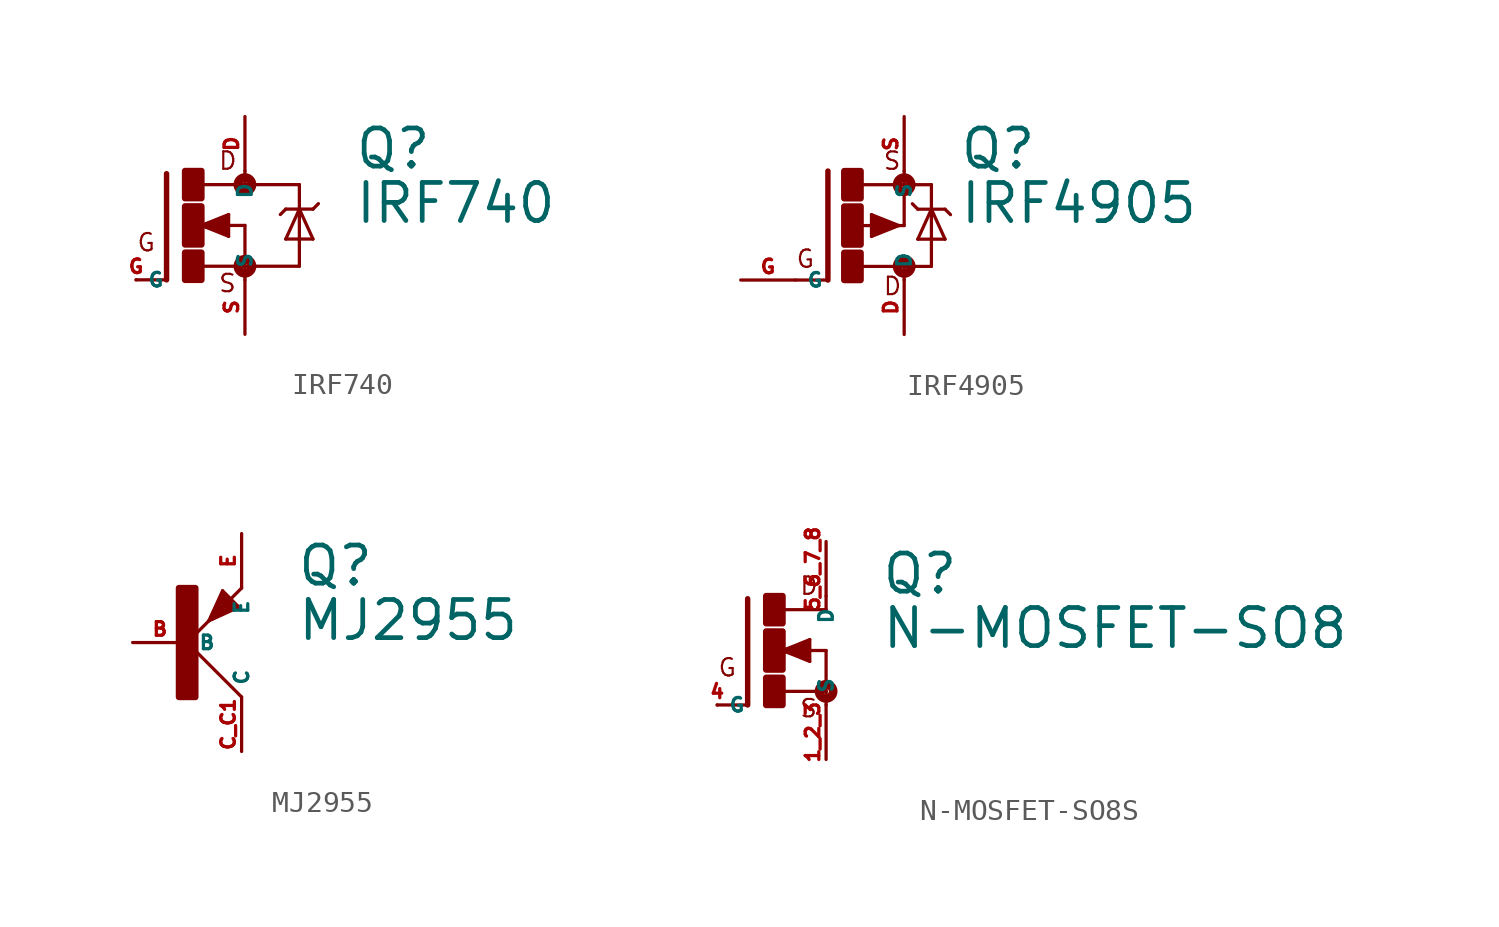
<source format=kicad_sym>
(kicad_symbol_lib
  (version 20220914)
  (generator Eagle2Kicad)
  (symbol "IRF740"
    (property "Reference" "Q"
      (at 7.62 2.54 0)
      (effects (font (size 1.778 1.778) (thickness 0.22)) (justify left bottom)))
    (property "Value" "IRF740"
      (at 7.62 0 0)
      (effects (font (size 1.778 1.778) (thickness 0.22)) (justify left bottom)))
    (polyline
      (pts (xy -1.118 2.413) (xy -1.118 -2.54))
      (stroke (width 0.254) (type default))
      (fill (type none)))
    (polyline
      (pts (xy -1.118 -2.54) (xy -2.54 -2.54))
      (stroke (width 0.152) (type default))
      (fill (type none)))
    (polyline
      (pts (xy 2.54 1.905) (xy 0.533 1.905))
      (stroke (width 0.152) (type default))
      (fill (type none)))
    (polyline
      (pts (xy 2.54 0) (xy 2.54 -1.905))
      (stroke (width 0.152) (type default))
      (fill (type none)))
    (polyline
      (pts (xy 0.508 -1.905) (xy 2.54 -1.905))
      (stroke (width 0.152) (type default))
      (fill (type none)))
    (polyline
      (pts (xy 2.54 2.54) (xy 2.54 1.905))
      (stroke (width 0.152) (type default))
      (fill (type none)))
    (polyline
      (pts (xy 2.54 1.905) (xy 5.08 1.905))
      (stroke (width 0.152) (type default))
      (fill (type none)))
    (polyline
      (pts (xy 5.08 1.905) (xy 5.08 0.762))
      (stroke (width 0.152) (type default))
      (fill (type none)))
    (polyline
      (pts (xy 5.08 0.762) (xy 5.08 -1.905))
      (stroke (width 0.152) (type default))
      (fill (type none)))
    (polyline
      (pts (xy 5.08 -1.905) (xy 2.54 -1.905))
      (stroke (width 0.152) (type default))
      (fill (type none)))
    (polyline
      (pts (xy 2.54 -1.905) (xy 2.54 -2.54))
      (stroke (width 0.152) (type default))
      (fill (type none)))
    (polyline
      (pts (xy 5.08 0.762) (xy 4.445 -0.635))
      (stroke (width 0.152) (type default))
      (fill (type none)))
    (polyline
      (pts (xy 4.445 -0.635) (xy 5.715 -0.635))
      (stroke (width 0.152) (type default))
      (fill (type none)))
    (polyline
      (pts (xy 5.715 -0.635) (xy 5.08 0.762))
      (stroke (width 0.152) (type default))
      (fill (type none)))
    (polyline
      (pts (xy 4.445 0.762) (xy 5.08 0.762))
      (stroke (width 0.152) (type default))
      (fill (type none)))
    (polyline
      (pts (xy 5.08 0.762) (xy 5.715 0.762))
      (stroke (width 0.152) (type default))
      (fill (type none)))
    (polyline
      (pts (xy 5.715 0.762) (xy 5.969 1.016))
      (stroke (width 0.152) (type default))
      (fill (type none)))
    (polyline
      (pts (xy 4.445 0.762) (xy 4.191 0.508))
      (stroke (width 0.152) (type default))
      (fill (type none)))
    (polyline
      (pts (xy 0.508 0) (xy 1.778 -0.508))
      (stroke (width 0.152) (type default))
      (fill (type none)))
    (polyline
      (pts (xy 1.778 -0.508) (xy 1.778 0.508))
      (stroke (width 0.152) (type default))
      (fill (type none)))
    (polyline
      (pts (xy 1.778 0.508) (xy 0.508 0))
      (stroke (width 0.152) (type default))
      (fill (type none)))
    (polyline
      (pts (xy 1.651 0) (xy 2.54 0))
      (stroke (width 0.152) (type default))
      (fill (type none)))
    (polyline
      (pts (xy 1.651 0.254) (xy 0.762 0))
      (stroke (width 0.305) (type default))
      (fill (type none)))
    (polyline
      (pts (xy 0.762 0) (xy 1.651 -0.254))
      (stroke (width 0.305) (type default))
      (fill (type none)))
    (polyline
      (pts (xy 1.651 -0.254) (xy 1.651 0))
      (stroke (width 0.305) (type default))
      (fill (type none)))
    (polyline
      (pts (xy 1.651 0) (xy 1.397 0))
      (stroke (width 0.305) (type default))
      (fill (type none)))
    (text "D"
      (at 1.27 2.54 0)
      (effects (font (size 0.813 0.813) (thickness 0.10)) (justify left bottom)))
    (text "S"
      (at 1.27 -3.175 0)
      (effects (font (size 0.813 0.813) (thickness 0.10)) (justify left bottom)))
    (text "G"
      (at -2.54 -1.27 0)
      (effects (font (size 0.813 0.813) (thickness 0.10)) (justify left bottom)))
    (circle
      (center 2.54 -1.905)
      (radius 0.127)
      (stroke (width 0.406) (type default))
      (fill (type none)))
    (circle
      (center 2.54 1.905)
      (radius 0.127)
      (stroke (width 0.406) (type default))
      (fill (type none)))
    (rectangle
      (start -0.254 -2.54)
      (end 0.508 -1.27)
      (stroke (width 0.3) (type default))
      (fill (type outline)))
    (rectangle
      (start -0.254 1.27)
      (end 0.508 2.54)
      (stroke (width 0.3) (type default))
      (fill (type outline)))
    (rectangle
      (start -0.254 -0.889)
      (end 0.508 0.889)
      (stroke (width 0.3) (type default))
      (fill (type outline)))
    (pin passive line
      (at -2.54 -2.54 0)
      (length 0)
      (name "G" (effects (font (size 0.635 0.635) (thickness 0.08)) (justify left bottom)))
      (number "G" (effects (font (size 0.635 0.635) (thickness 0.08)) (justify left bottom))))
    (pin passive line
      (at 2.54 5.08 270)
      (length 2.54)
      (name "D" (effects (font (size 0.635 0.635) (thickness 0.08)) (justify left bottom)))
      (number "D" (effects (font (size 0.635 0.635) (thickness 0.08)) (justify left bottom))))
    (pin passive line
      (at 2.54 -5.08 90)
      (length 2.54)
      (name "S" (effects (font (size 0.635 0.635) (thickness 0.08)) (justify left bottom)))
      (number "S" (effects (font (size 0.635 0.635) (thickness 0.08)) (justify left bottom)))))
  (symbol "IRF4905"
    (property "Reference" "Q"
      (at 5.08 2.54 0)
      (effects (font (size 1.778 1.778) (thickness 0.22)) (justify left bottom)))
    (property "Value" "IRF4905"
      (at 5.08 0 0)
      (effects (font (size 1.778 1.778) (thickness 0.22)) (justify left bottom)))
    (polyline
      (pts (xy 3.81 1.905) (xy 2.54 1.905))
      (stroke (width 0.152) (type default))
      (fill (type none)))
    (polyline
      (pts (xy 3.81 1.905) (xy 3.81 0.762))
      (stroke (width 0.152) (type default))
      (fill (type none)))
    (polyline
      (pts (xy 3.81 0.762) (xy 3.81 -1.905))
      (stroke (width 0.152) (type default))
      (fill (type none)))
    (polyline
      (pts (xy 3.81 0.762) (xy 4.445 -0.635))
      (stroke (width 0.152) (type default))
      (fill (type none)))
    (polyline
      (pts (xy 4.445 -0.635) (xy 3.175 -0.635))
      (stroke (width 0.152) (type default))
      (fill (type none)))
    (polyline
      (pts (xy 3.175 -0.635) (xy 3.81 0.762))
      (stroke (width 0.152) (type default))
      (fill (type none)))
    (polyline
      (pts (xy 4.445 0.762) (xy 3.81 0.762))
      (stroke (width 0.152) (type default))
      (fill (type none)))
    (polyline
      (pts (xy 3.81 0.762) (xy 3.175 0.762))
      (stroke (width 0.152) (type default))
      (fill (type none)))
    (polyline
      (pts (xy 3.175 0.762) (xy 2.921 1.016))
      (stroke (width 0.152) (type default))
      (fill (type none)))
    (polyline
      (pts (xy 4.445 0.762) (xy 4.699 0.508))
      (stroke (width 0.152) (type default))
      (fill (type none)))
    (polyline
      (pts (xy -1.016 -2.54) (xy -1.016 2.54))
      (stroke (width 0.254) (type default))
      (fill (type none)))
    (polyline
      (pts (xy 3.81 -1.905) (xy 2.54 -1.905))
      (stroke (width 0.152) (type default))
      (fill (type none)))
    (polyline
      (pts (xy 2.54 -1.905) (xy 0.533 -1.905))
      (stroke (width 0.152) (type default))
      (fill (type none)))
    (polyline
      (pts (xy 2.54 -2.54) (xy 2.54 -1.905))
      (stroke (width 0.152) (type default))
      (fill (type none)))
    (polyline
      (pts (xy 2.235 0) (xy 2.286 0))
      (stroke (width 0.152) (type default))
      (fill (type none)))
    (polyline
      (pts (xy 2.286 0) (xy 2.54 0))
      (stroke (width 0.152) (type default))
      (fill (type none)))
    (polyline
      (pts (xy 2.54 2.54) (xy 2.54 1.905))
      (stroke (width 0.152) (type default))
      (fill (type none)))
    (polyline
      (pts (xy 2.54 1.905) (xy 0.508 1.905))
      (stroke (width 0.152) (type default))
      (fill (type none)))
    (polyline
      (pts (xy -1.016 -2.54) (xy -2.54 -2.54))
      (stroke (width 0.152) (type default))
      (fill (type none)))
    (polyline
      (pts (xy 2.286 0) (xy 1.016 -0.508))
      (stroke (width 0.152) (type default))
      (fill (type none)))
    (polyline
      (pts (xy 1.016 -0.508) (xy 1.016 0.508))
      (stroke (width 0.152) (type default))
      (fill (type none)))
    (polyline
      (pts (xy 1.016 0.508) (xy 2.286 0))
      (stroke (width 0.152) (type default))
      (fill (type none)))
    (polyline
      (pts (xy 1.143 0) (xy 0.254 0))
      (stroke (width 0.152) (type default))
      (fill (type none)))
    (polyline
      (pts (xy 1.143 0.254) (xy 2.032 0))
      (stroke (width 0.305) (type default))
      (fill (type none)))
    (polyline
      (pts (xy 2.032 0) (xy 1.143 -0.254))
      (stroke (width 0.305) (type default))
      (fill (type none)))
    (polyline
      (pts (xy 1.143 -0.254) (xy 1.143 0))
      (stroke (width 0.305) (type default))
      (fill (type none)))
    (polyline
      (pts (xy 1.143 0) (xy 1.397 0))
      (stroke (width 0.305) (type default))
      (fill (type none)))
    (polyline
      (pts (xy 2.54 0) (xy 2.54 1.905))
      (stroke (width 0.152) (type default))
      (fill (type none)))
    (text "D"
      (at 1.524 -3.302 0)
      (effects (font (size 0.813 0.813) (thickness 0.10)) (justify left bottom)))
    (text "S"
      (at 1.524 2.54 0)
      (effects (font (size 0.813 0.813) (thickness 0.10)) (justify left bottom)))
    (text "G"
      (at -2.54 -2.032 0)
      (effects (font (size 0.813 0.813) (thickness 0.10)) (justify left bottom)))
    (circle
      (center 2.54 -1.905)
      (radius 0.127)
      (stroke (width 0.406) (type default))
      (fill (type none)))
    (circle
      (center 2.54 1.905)
      (radius 0.127)
      (stroke (width 0.406) (type default))
      (fill (type none)))
    (rectangle
      (start -0.254 1.27)
      (end 0.508 2.54)
      (stroke (width 0.3) (type default))
      (fill (type outline)))
    (rectangle
      (start -0.254 -2.54)
      (end 0.508 -1.27)
      (stroke (width 0.3) (type default))
      (fill (type outline)))
    (rectangle
      (start -0.254 -0.889)
      (end 0.508 0.889)
      (stroke (width 0.3) (type default))
      (fill (type outline)))
    (pin passive line
      (at -5.08 -2.54 0)
      (length 2.54)
      (name "G" (effects (font (size 0.635 0.635) (thickness 0.08)) (justify left bottom)))
      (number "G" (effects (font (size 0.635 0.635) (thickness 0.08)) (justify left bottom))))
    (pin passive line
      (at 2.54 -5.08 90)
      (length 2.54)
      (name "D" (effects (font (size 0.635 0.635) (thickness 0.08)) (justify left bottom)))
      (number "D" (effects (font (size 0.635 0.635) (thickness 0.08)) (justify left bottom))))
    (pin passive line
      (at 2.54 5.08 270)
      (length 2.54)
      (name "S" (effects (font (size 0.635 0.635) (thickness 0.08)) (justify left bottom)))
      (number "S" (effects (font (size 0.635 0.635) (thickness 0.08)) (justify left bottom)))))
  (symbol "MJ2955"
    (property "Reference" "Q"
      (at 5.08 2.54 0)
      (effects (font (size 1.778 1.778) (thickness 0.22)) (justify left bottom)))
    (property "Value" "MJ2955"
      (at 5.08 0 0)
      (effects (font (size 1.778 1.778) (thickness 0.22)) (justify left bottom)))
    (polyline
      (pts (xy 2.54 -2.54) (xy 0 0))
      (stroke (width 0.152) (type default))
      (fill (type none)))
    (polyline
      (pts (xy 0 0) (xy 1.016 1.016))
      (stroke (width 0.152) (type default))
      (fill (type none)))
    (polyline
      (pts (xy 2.413 1.651) (xy 1.016 1.016))
      (stroke (width 0.152) (type default))
      (fill (type none)))
    (polyline
      (pts (xy 1.016 1.016) (xy 1.143 1.143))
      (stroke (width 0.152) (type default))
      (fill (type none)))
    (polyline
      (pts (xy 1.905 1.905) (xy 2.54 2.54))
      (stroke (width 0.152) (type default))
      (fill (type none)))
    (polyline
      (pts (xy 1.016 1.016) (xy 1.651 2.413))
      (stroke (width 0.152) (type default))
      (fill (type none)))
    (polyline
      (pts (xy 1.651 2.413) (xy 2.413 1.651))
      (stroke (width 0.152) (type default))
      (fill (type none)))
    (polyline
      (pts (xy 1.143 1.143) (xy 2.159 1.651))
      (stroke (width 0.254) (type default))
      (fill (type none)))
    (polyline
      (pts (xy 2.159 1.651) (xy 1.905 1.905))
      (stroke (width 0.254) (type default))
      (fill (type none)))
    (polyline
      (pts (xy 1.905 1.905) (xy 1.651 2.159))
      (stroke (width 0.254) (type default))
      (fill (type none)))
    (polyline
      (pts (xy 1.651 2.159) (xy 1.143 1.143))
      (stroke (width 0.254) (type default))
      (fill (type none)))
    (polyline
      (pts (xy 1.143 1.143) (xy 1.905 1.905))
      (stroke (width 0.254) (type default))
      (fill (type none)))
    (polyline
      (pts (xy 1.651 1.905) (xy 1.905 1.651))
      (stroke (width 0.254) (type default))
      (fill (type none)))
    (rectangle
      (start -0.381 -2.54)
      (end 0.381 2.54)
      (stroke (width 0.3) (type default))
      (fill (type outline)))
    (pin passive line
      (at -2.54 0 0)
      (length 2.54)
      (name "B" (effects (font (size 0.635 0.635) (thickness 0.08)) (justify left bottom)))
      (number "B" (effects (font (size 0.635 0.635) (thickness 0.08)) (justify left bottom))))
    (pin passive line
      (at 2.54 5.08 270)
      (length 2.54)
      (name "E" (effects (font (size 0.635 0.635) (thickness 0.08)) (justify left bottom)))
      (number "E" (effects (font (size 0.635 0.635) (thickness 0.08)) (justify left bottom))))
    (pin passive line
      (at 2.54 -5.08 90)
      (length 2.54)
      (name "C" (effects (font (size 0.635 0.635) (thickness 0.08)) (justify left bottom)))
      (number "C C1" (effects (font (size 0.635 0.635) (thickness 0.08)) (justify left bottom)))))
  (symbol "N-MOSFET-SO8S"
    (property "Reference" "Q"
      (at 5.08 2.54 0)
      (effects (font (size 1.778 1.778) (thickness 0.22)) (justify left bottom)))
    (property "Value" "N-MOSFET-SO8"
      (at 5.08 0 0)
      (effects (font (size 1.778 1.778) (thickness 0.22)) (justify left bottom)))
    (polyline
      (pts (xy -1.118 2.413) (xy -1.118 -2.54))
      (stroke (width 0.254) (type default))
      (fill (type none)))
    (polyline
      (pts (xy -1.118 -2.54) (xy -2.54 -2.54))
      (stroke (width 0.152) (type default))
      (fill (type none)))
    (polyline
      (pts (xy 2.54 1.905) (xy 0.533 1.905))
      (stroke (width 0.152) (type default))
      (fill (type none)))
    (polyline
      (pts (xy 2.54 2.54) (xy 2.54 1.905))
      (stroke (width 0.152) (type default))
      (fill (type none)))
    (polyline
      (pts (xy 2.54 0) (xy 2.54 -1.905))
      (stroke (width 0.152) (type default))
      (fill (type none)))
    (polyline
      (pts (xy 0.508 -1.905) (xy 2.54 -1.905))
      (stroke (width 0.152) (type default))
      (fill (type none)))
    (polyline
      (pts (xy 2.54 -1.905) (xy 2.54 -2.54))
      (stroke (width 0.152) (type default))
      (fill (type none)))
    (polyline
      (pts (xy 0.508 0) (xy 1.778 -0.508))
      (stroke (width 0.152) (type default))
      (fill (type none)))
    (polyline
      (pts (xy 1.778 -0.508) (xy 1.778 0.508))
      (stroke (width 0.152) (type default))
      (fill (type none)))
    (polyline
      (pts (xy 1.778 0.508) (xy 0.508 0))
      (stroke (width 0.152) (type default))
      (fill (type none)))
    (polyline
      (pts (xy 1.651 0) (xy 2.54 0))
      (stroke (width 0.152) (type default))
      (fill (type none)))
    (polyline
      (pts (xy 1.651 0.254) (xy 0.762 0))
      (stroke (width 0.305) (type default))
      (fill (type none)))
    (polyline
      (pts (xy 0.762 0) (xy 1.651 -0.254))
      (stroke (width 0.305) (type default))
      (fill (type none)))
    (polyline
      (pts (xy 1.651 -0.254) (xy 1.651 0))
      (stroke (width 0.305) (type default))
      (fill (type none)))
    (polyline
      (pts (xy 1.651 0) (xy 1.397 0))
      (stroke (width 0.305) (type default))
      (fill (type none)))
    (text "D"
      (at 1.27 2.54 0)
      (effects (font (size 0.813 0.813) (thickness 0.10)) (justify left bottom)))
    (text "S"
      (at 1.27 -3.175 0)
      (effects (font (size 0.813 0.813) (thickness 0.10)) (justify left bottom)))
    (text "G"
      (at -2.54 -1.27 0)
      (effects (font (size 0.813 0.813) (thickness 0.10)) (justify left bottom)))
    (circle
      (center 2.54 -1.905)
      (radius 0.127)
      (stroke (width 0.406) (type default))
      (fill (type none)))
    (rectangle
      (start -0.254 -2.54)
      (end 0.508 -1.27)
      (stroke (width 0.3) (type default))
      (fill (type outline)))
    (rectangle
      (start -0.254 1.27)
      (end 0.508 2.54)
      (stroke (width 0.3) (type default))
      (fill (type outline)))
    (rectangle
      (start -0.254 -0.889)
      (end 0.508 0.889)
      (stroke (width 0.3) (type default))
      (fill (type outline)))
    (pin passive line
      (at -2.54 -2.54 0)
      (length 0)
      (name "G" (effects (font (size 0.635 0.635) (thickness 0.08)) (justify left bottom)))
      (number "4" (effects (font (size 0.635 0.635) (thickness 0.08)) (justify left bottom))))
    (pin passive line
      (at 2.54 5.08 270)
      (length 2.54)
      (name "D" (effects (font (size 0.635 0.635) (thickness 0.08)) (justify left bottom)))
      (number "5 6 7 8" (effects (font (size 0.635 0.635) (thickness 0.08)) (justify left bottom))))
    (pin passive line
      (at 2.54 -5.08 90)
      (length 2.54)
      (name "S" (effects (font (size 0.635 0.635) (thickness 0.08)) (justify left bottom)))
      (number "1 2 3" (effects (font (size 0.635 0.635) (thickness 0.08)) (justify left bottom))))))
</source>
